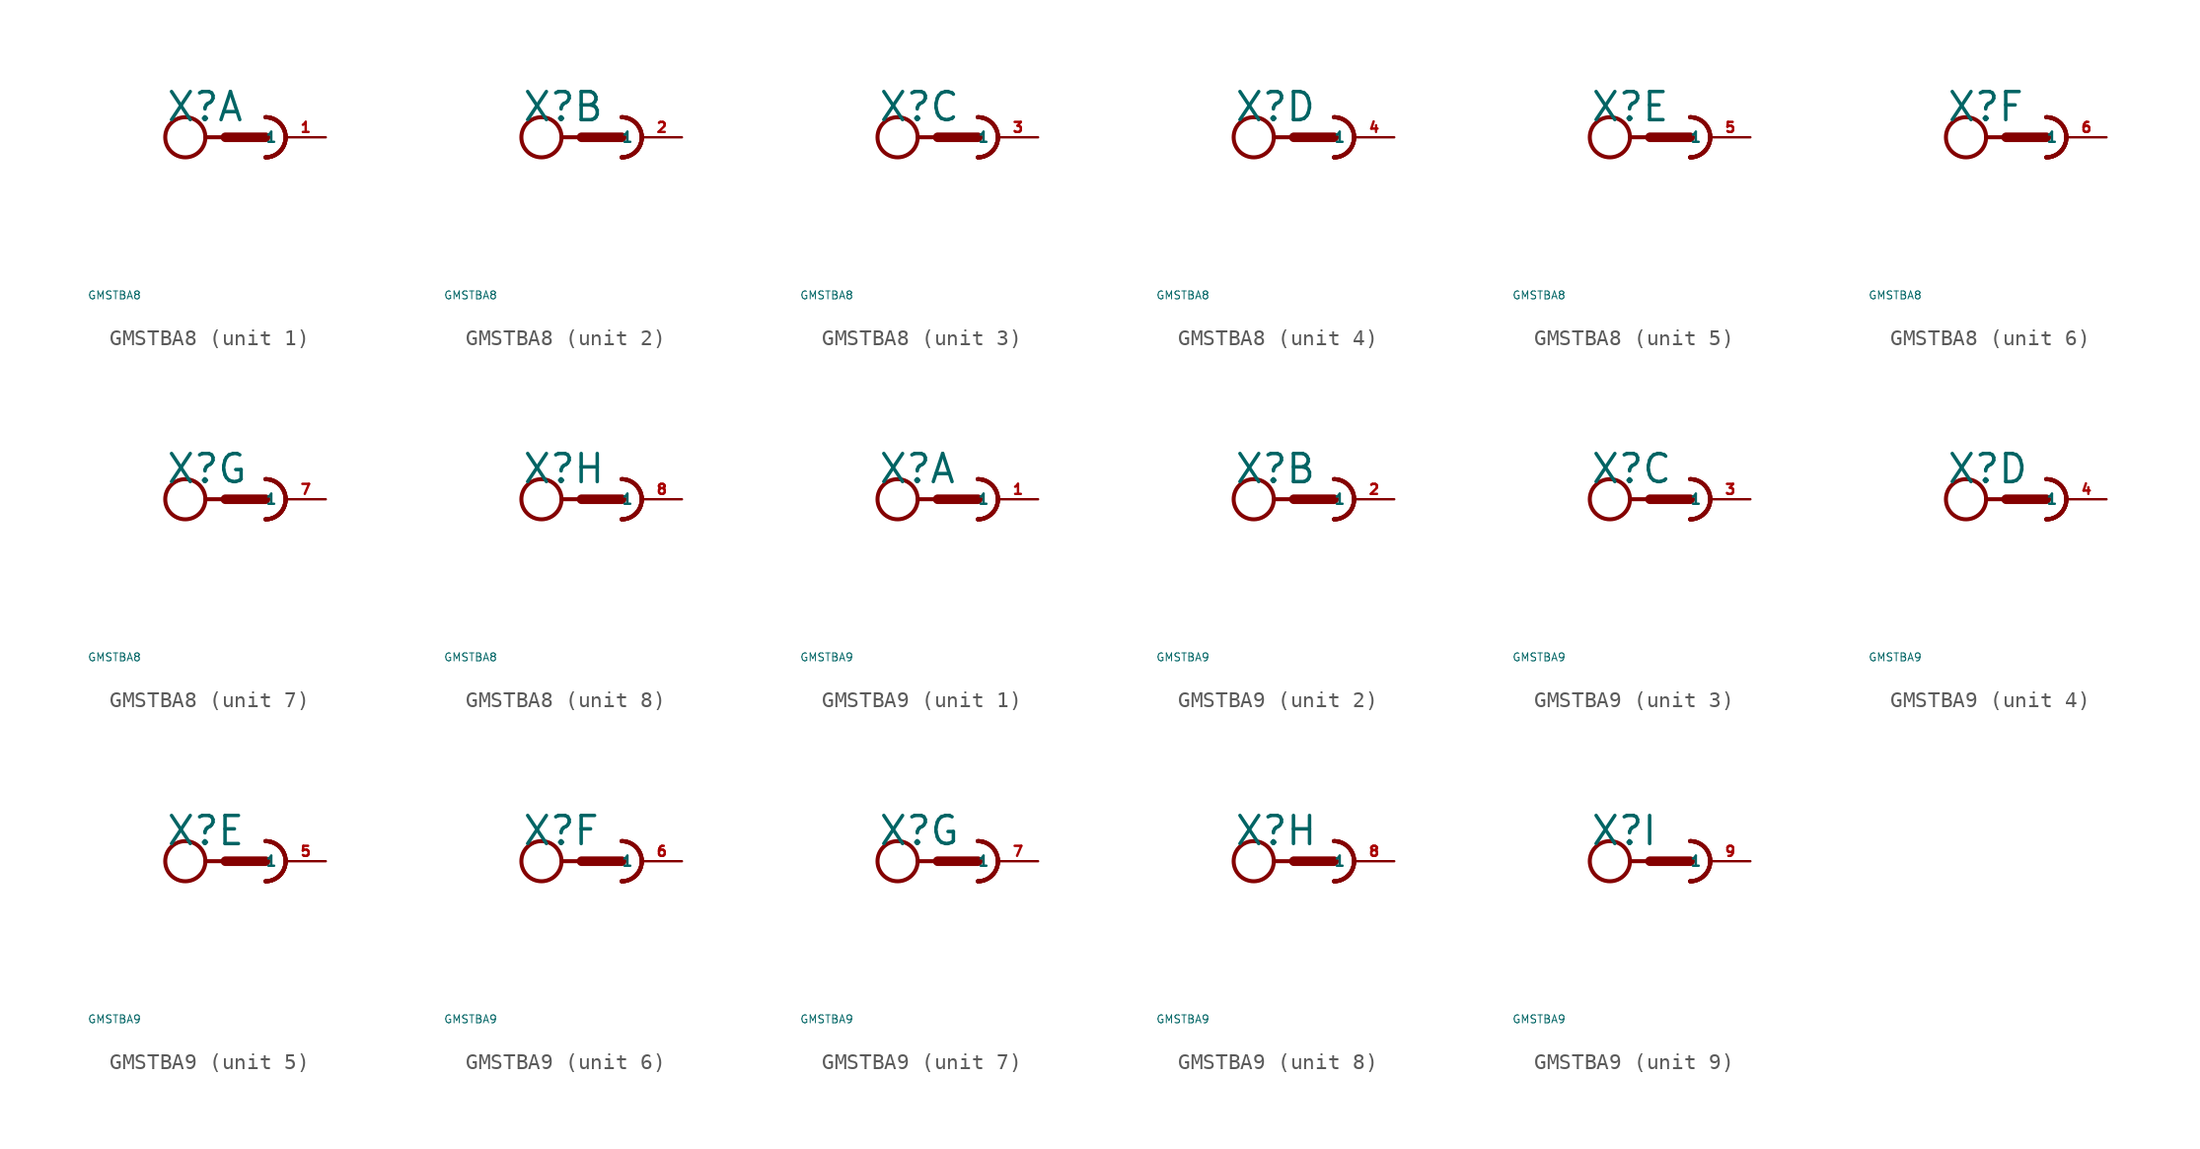
<source format=kicad_sym>
(kicad_symbol_lib
  (version 20220914)
  (generator Eagle2Kicad)
  (symbol "GMSTBA8"
    (property "Reference" "X"
      (at -5.08 0.889 0)
      (effects (font (size 1.778 1.778) (thickness 0.22)) (justify left bottom)))
    (property "Value" "GMSTBA8"
      (at -10 -10 0)
      (effects (font (size 0.5 0.5) (thickness 0.06)) (justify left)))
    (symbol "GMSTBA8_1_0"
      (arc (start 1.27 -1.27) (mid 2.540 0.000) (end 1.27 1.27) (stroke (width 0.254) (type default)) (fill (type none)))
      (arc (start 1.27 -1.27) (mid 2.540 0.000) (end 1.27 1.27) (stroke (width 0.254) (type default)) (fill (type none)))
      (arc (start 1.27 -1.27) (mid 2.540 0.000) (end 1.27 1.27) (stroke (width 0.254) (type default)) (fill (type none)))
      (polyline (pts (xy -2.54 0) (xy -1.27 0)) (stroke (width 0.254) (type default)) (fill (type none)))
      (polyline (pts (xy -1.27 0) (xy 1.27 0)) (stroke (width 0.61) (type default)) (fill (type none)))
      (arc (start 1.27 -1.27) (mid 2.540 0.000) (end 1.27 1.27) (stroke (width 0.254) (type default)) (fill (type none)))
      (circle (center -3.81 0) (radius 1.27) (stroke (width 0.254) (type default)) (fill (type none)))
      (pin passive line (at 5.08 0 180) (length 2.54) (name "1" (effects (font (size 0.635 0.635) (thickness 0.08)) (justify left bottom))) (number "1" (effects (font (size 0.635 0.635) (thickness 0.08)) (justify left bottom)))))
    (symbol "GMSTBA8_2_0"
      (arc (start 1.27 -1.27) (mid 2.540 0.000) (end 1.27 1.27) (stroke (width 0.254) (type default)) (fill (type none)))
      (arc (start 1.27 -1.27) (mid 2.540 0.000) (end 1.27 1.27) (stroke (width 0.254) (type default)) (fill (type none)))
      (arc (start 1.27 -1.27) (mid 2.540 0.000) (end 1.27 1.27) (stroke (width 0.254) (type default)) (fill (type none)))
      (polyline (pts (xy -2.54 0) (xy -1.27 0)) (stroke (width 0.254) (type default)) (fill (type none)))
      (polyline (pts (xy -1.27 0) (xy 1.27 0)) (stroke (width 0.61) (type default)) (fill (type none)))
      (arc (start 1.27 -1.27) (mid 2.540 0.000) (end 1.27 1.27) (stroke (width 0.254) (type default)) (fill (type none)))
      (circle (center -3.81 0) (radius 1.27) (stroke (width 0.254) (type default)) (fill (type none)))
      (pin passive line (at 5.08 0 180) (length 2.54) (name "1" (effects (font (size 0.635 0.635) (thickness 0.08)) (justify left bottom))) (number "2" (effects (font (size 0.635 0.635) (thickness 0.08)) (justify left bottom)))))
    (symbol "GMSTBA8_3_0"
      (arc (start 1.27 -1.27) (mid 2.540 0.000) (end 1.27 1.27) (stroke (width 0.254) (type default)) (fill (type none)))
      (arc (start 1.27 -1.27) (mid 2.540 0.000) (end 1.27 1.27) (stroke (width 0.254) (type default)) (fill (type none)))
      (arc (start 1.27 -1.27) (mid 2.540 0.000) (end 1.27 1.27) (stroke (width 0.254) (type default)) (fill (type none)))
      (polyline (pts (xy -2.54 0) (xy -1.27 0)) (stroke (width 0.254) (type default)) (fill (type none)))
      (polyline (pts (xy -1.27 0) (xy 1.27 0)) (stroke (width 0.61) (type default)) (fill (type none)))
      (arc (start 1.27 -1.27) (mid 2.540 0.000) (end 1.27 1.27) (stroke (width 0.254) (type default)) (fill (type none)))
      (circle (center -3.81 0) (radius 1.27) (stroke (width 0.254) (type default)) (fill (type none)))
      (pin passive line (at 5.08 0 180) (length 2.54) (name "1" (effects (font (size 0.635 0.635) (thickness 0.08)) (justify left bottom))) (number "3" (effects (font (size 0.635 0.635) (thickness 0.08)) (justify left bottom)))))
    (symbol "GMSTBA8_4_0"
      (arc (start 1.27 -1.27) (mid 2.540 0.000) (end 1.27 1.27) (stroke (width 0.254) (type default)) (fill (type none)))
      (arc (start 1.27 -1.27) (mid 2.540 0.000) (end 1.27 1.27) (stroke (width 0.254) (type default)) (fill (type none)))
      (arc (start 1.27 -1.27) (mid 2.540 0.000) (end 1.27 1.27) (stroke (width 0.254) (type default)) (fill (type none)))
      (polyline (pts (xy -2.54 0) (xy -1.27 0)) (stroke (width 0.254) (type default)) (fill (type none)))
      (polyline (pts (xy -1.27 0) (xy 1.27 0)) (stroke (width 0.61) (type default)) (fill (type none)))
      (arc (start 1.27 -1.27) (mid 2.540 0.000) (end 1.27 1.27) (stroke (width 0.254) (type default)) (fill (type none)))
      (circle (center -3.81 0) (radius 1.27) (stroke (width 0.254) (type default)) (fill (type none)))
      (pin passive line (at 5.08 0 180) (length 2.54) (name "1" (effects (font (size 0.635 0.635) (thickness 0.08)) (justify left bottom))) (number "4" (effects (font (size 0.635 0.635) (thickness 0.08)) (justify left bottom)))))
    (symbol "GMSTBA8_5_0"
      (arc (start 1.27 -1.27) (mid 2.540 0.000) (end 1.27 1.27) (stroke (width 0.254) (type default)) (fill (type none)))
      (arc (start 1.27 -1.27) (mid 2.540 0.000) (end 1.27 1.27) (stroke (width 0.254) (type default)) (fill (type none)))
      (arc (start 1.27 -1.27) (mid 2.540 0.000) (end 1.27 1.27) (stroke (width 0.254) (type default)) (fill (type none)))
      (polyline (pts (xy -2.54 0) (xy -1.27 0)) (stroke (width 0.254) (type default)) (fill (type none)))
      (polyline (pts (xy -1.27 0) (xy 1.27 0)) (stroke (width 0.61) (type default)) (fill (type none)))
      (arc (start 1.27 -1.27) (mid 2.540 0.000) (end 1.27 1.27) (stroke (width 0.254) (type default)) (fill (type none)))
      (circle (center -3.81 0) (radius 1.27) (stroke (width 0.254) (type default)) (fill (type none)))
      (pin passive line (at 5.08 0 180) (length 2.54) (name "1" (effects (font (size 0.635 0.635) (thickness 0.08)) (justify left bottom))) (number "5" (effects (font (size 0.635 0.635) (thickness 0.08)) (justify left bottom)))))
    (symbol "GMSTBA8_6_0"
      (arc (start 1.27 -1.27) (mid 2.540 0.000) (end 1.27 1.27) (stroke (width 0.254) (type default)) (fill (type none)))
      (arc (start 1.27 -1.27) (mid 2.540 0.000) (end 1.27 1.27) (stroke (width 0.254) (type default)) (fill (type none)))
      (arc (start 1.27 -1.27) (mid 2.540 0.000) (end 1.27 1.27) (stroke (width 0.254) (type default)) (fill (type none)))
      (polyline (pts (xy -2.54 0) (xy -1.27 0)) (stroke (width 0.254) (type default)) (fill (type none)))
      (polyline (pts (xy -1.27 0) (xy 1.27 0)) (stroke (width 0.61) (type default)) (fill (type none)))
      (arc (start 1.27 -1.27) (mid 2.540 0.000) (end 1.27 1.27) (stroke (width 0.254) (type default)) (fill (type none)))
      (circle (center -3.81 0) (radius 1.27) (stroke (width 0.254) (type default)) (fill (type none)))
      (pin passive line (at 5.08 0 180) (length 2.54) (name "1" (effects (font (size 0.635 0.635) (thickness 0.08)) (justify left bottom))) (number "6" (effects (font (size 0.635 0.635) (thickness 0.08)) (justify left bottom)))))
    (symbol "GMSTBA8_7_0"
      (arc (start 1.27 -1.27) (mid 2.540 0.000) (end 1.27 1.27) (stroke (width 0.254) (type default)) (fill (type none)))
      (arc (start 1.27 -1.27) (mid 2.540 0.000) (end 1.27 1.27) (stroke (width 0.254) (type default)) (fill (type none)))
      (arc (start 1.27 -1.27) (mid 2.540 0.000) (end 1.27 1.27) (stroke (width 0.254) (type default)) (fill (type none)))
      (polyline (pts (xy -2.54 0) (xy -1.27 0)) (stroke (width 0.254) (type default)) (fill (type none)))
      (polyline (pts (xy -1.27 0) (xy 1.27 0)) (stroke (width 0.61) (type default)) (fill (type none)))
      (arc (start 1.27 -1.27) (mid 2.540 0.000) (end 1.27 1.27) (stroke (width 0.254) (type default)) (fill (type none)))
      (circle (center -3.81 0) (radius 1.27) (stroke (width 0.254) (type default)) (fill (type none)))
      (pin passive line (at 5.08 0 180) (length 2.54) (name "1" (effects (font (size 0.635 0.635) (thickness 0.08)) (justify left bottom))) (number "7" (effects (font (size 0.635 0.635) (thickness 0.08)) (justify left bottom)))))
    (symbol "GMSTBA8_8_0"
      (arc (start 1.27 -1.27) (mid 2.540 0.000) (end 1.27 1.27) (stroke (width 0.254) (type default)) (fill (type none)))
      (arc (start 1.27 -1.27) (mid 2.540 0.000) (end 1.27 1.27) (stroke (width 0.254) (type default)) (fill (type none)))
      (arc (start 1.27 -1.27) (mid 2.540 0.000) (end 1.27 1.27) (stroke (width 0.254) (type default)) (fill (type none)))
      (polyline (pts (xy -2.54 0) (xy -1.27 0)) (stroke (width 0.254) (type default)) (fill (type none)))
      (polyline (pts (xy -1.27 0) (xy 1.27 0)) (stroke (width 0.61) (type default)) (fill (type none)))
      (arc (start 1.27 -1.27) (mid 2.540 0.000) (end 1.27 1.27) (stroke (width 0.254) (type default)) (fill (type none)))
      (circle (center -3.81 0) (radius 1.27) (stroke (width 0.254) (type default)) (fill (type none)))
      (pin passive line (at 5.08 0 180) (length 2.54) (name "1" (effects (font (size 0.635 0.635) (thickness 0.08)) (justify left bottom))) (number "8" (effects (font (size 0.635 0.635) (thickness 0.08)) (justify left bottom))))))
  (symbol "GMSTBA9"
    (property "Reference" "X"
      (at -5.08 0.889 0)
      (effects (font (size 1.778 1.778) (thickness 0.22)) (justify left bottom)))
    (property "Value" "GMSTBA9"
      (at -10 -10 0)
      (effects (font (size 0.5 0.5) (thickness 0.06)) (justify left)))
    (symbol "GMSTBA9_1_0"
      (arc (start 1.27 -1.27) (mid 2.540 0.000) (end 1.27 1.27) (stroke (width 0.254) (type default)) (fill (type none)))
      (arc (start 1.27 -1.27) (mid 2.540 0.000) (end 1.27 1.27) (stroke (width 0.254) (type default)) (fill (type none)))
      (arc (start 1.27 -1.27) (mid 2.540 0.000) (end 1.27 1.27) (stroke (width 0.254) (type default)) (fill (type none)))
      (polyline (pts (xy -2.54 0) (xy -1.27 0)) (stroke (width 0.254) (type default)) (fill (type none)))
      (polyline (pts (xy -1.27 0) (xy 1.27 0)) (stroke (width 0.61) (type default)) (fill (type none)))
      (arc (start 1.27 -1.27) (mid 2.540 0.000) (end 1.27 1.27) (stroke (width 0.254) (type default)) (fill (type none)))
      (circle (center -3.81 0) (radius 1.27) (stroke (width 0.254) (type default)) (fill (type none)))
      (pin passive line (at 5.08 0 180) (length 2.54) (name "1" (effects (font (size 0.635 0.635) (thickness 0.08)) (justify left bottom))) (number "1" (effects (font (size 0.635 0.635) (thickness 0.08)) (justify left bottom)))))
    (symbol "GMSTBA9_2_0"
      (arc (start 1.27 -1.27) (mid 2.540 0.000) (end 1.27 1.27) (stroke (width 0.254) (type default)) (fill (type none)))
      (arc (start 1.27 -1.27) (mid 2.540 0.000) (end 1.27 1.27) (stroke (width 0.254) (type default)) (fill (type none)))
      (arc (start 1.27 -1.27) (mid 2.540 0.000) (end 1.27 1.27) (stroke (width 0.254) (type default)) (fill (type none)))
      (polyline (pts (xy -2.54 0) (xy -1.27 0)) (stroke (width 0.254) (type default)) (fill (type none)))
      (polyline (pts (xy -1.27 0) (xy 1.27 0)) (stroke (width 0.61) (type default)) (fill (type none)))
      (arc (start 1.27 -1.27) (mid 2.540 0.000) (end 1.27 1.27) (stroke (width 0.254) (type default)) (fill (type none)))
      (circle (center -3.81 0) (radius 1.27) (stroke (width 0.254) (type default)) (fill (type none)))
      (pin passive line (at 5.08 0 180) (length 2.54) (name "1" (effects (font (size 0.635 0.635) (thickness 0.08)) (justify left bottom))) (number "2" (effects (font (size 0.635 0.635) (thickness 0.08)) (justify left bottom)))))
    (symbol "GMSTBA9_3_0"
      (arc (start 1.27 -1.27) (mid 2.540 0.000) (end 1.27 1.27) (stroke (width 0.254) (type default)) (fill (type none)))
      (arc (start 1.27 -1.27) (mid 2.540 0.000) (end 1.27 1.27) (stroke (width 0.254) (type default)) (fill (type none)))
      (arc (start 1.27 -1.27) (mid 2.540 0.000) (end 1.27 1.27) (stroke (width 0.254) (type default)) (fill (type none)))
      (polyline (pts (xy -2.54 0) (xy -1.27 0)) (stroke (width 0.254) (type default)) (fill (type none)))
      (polyline (pts (xy -1.27 0) (xy 1.27 0)) (stroke (width 0.61) (type default)) (fill (type none)))
      (arc (start 1.27 -1.27) (mid 2.540 0.000) (end 1.27 1.27) (stroke (width 0.254) (type default)) (fill (type none)))
      (circle (center -3.81 0) (radius 1.27) (stroke (width 0.254) (type default)) (fill (type none)))
      (pin passive line (at 5.08 0 180) (length 2.54) (name "1" (effects (font (size 0.635 0.635) (thickness 0.08)) (justify left bottom))) (number "3" (effects (font (size 0.635 0.635) (thickness 0.08)) (justify left bottom)))))
    (symbol "GMSTBA9_4_0"
      (arc (start 1.27 -1.27) (mid 2.540 0.000) (end 1.27 1.27) (stroke (width 0.254) (type default)) (fill (type none)))
      (arc (start 1.27 -1.27) (mid 2.540 0.000) (end 1.27 1.27) (stroke (width 0.254) (type default)) (fill (type none)))
      (arc (start 1.27 -1.27) (mid 2.540 0.000) (end 1.27 1.27) (stroke (width 0.254) (type default)) (fill (type none)))
      (polyline (pts (xy -2.54 0) (xy -1.27 0)) (stroke (width 0.254) (type default)) (fill (type none)))
      (polyline (pts (xy -1.27 0) (xy 1.27 0)) (stroke (width 0.61) (type default)) (fill (type none)))
      (arc (start 1.27 -1.27) (mid 2.540 0.000) (end 1.27 1.27) (stroke (width 0.254) (type default)) (fill (type none)))
      (circle (center -3.81 0) (radius 1.27) (stroke (width 0.254) (type default)) (fill (type none)))
      (pin passive line (at 5.08 0 180) (length 2.54) (name "1" (effects (font (size 0.635 0.635) (thickness 0.08)) (justify left bottom))) (number "4" (effects (font (size 0.635 0.635) (thickness 0.08)) (justify left bottom)))))
    (symbol "GMSTBA9_5_0"
      (arc (start 1.27 -1.27) (mid 2.540 0.000) (end 1.27 1.27) (stroke (width 0.254) (type default)) (fill (type none)))
      (arc (start 1.27 -1.27) (mid 2.540 0.000) (end 1.27 1.27) (stroke (width 0.254) (type default)) (fill (type none)))
      (arc (start 1.27 -1.27) (mid 2.540 0.000) (end 1.27 1.27) (stroke (width 0.254) (type default)) (fill (type none)))
      (polyline (pts (xy -2.54 0) (xy -1.27 0)) (stroke (width 0.254) (type default)) (fill (type none)))
      (polyline (pts (xy -1.27 0) (xy 1.27 0)) (stroke (width 0.61) (type default)) (fill (type none)))
      (arc (start 1.27 -1.27) (mid 2.540 0.000) (end 1.27 1.27) (stroke (width 0.254) (type default)) (fill (type none)))
      (circle (center -3.81 0) (radius 1.27) (stroke (width 0.254) (type default)) (fill (type none)))
      (pin passive line (at 5.08 0 180) (length 2.54) (name "1" (effects (font (size 0.635 0.635) (thickness 0.08)) (justify left bottom))) (number "5" (effects (font (size 0.635 0.635) (thickness 0.08)) (justify left bottom)))))
    (symbol "GMSTBA9_6_0"
      (arc (start 1.27 -1.27) (mid 2.540 0.000) (end 1.27 1.27) (stroke (width 0.254) (type default)) (fill (type none)))
      (arc (start 1.27 -1.27) (mid 2.540 0.000) (end 1.27 1.27) (stroke (width 0.254) (type default)) (fill (type none)))
      (arc (start 1.27 -1.27) (mid 2.540 0.000) (end 1.27 1.27) (stroke (width 0.254) (type default)) (fill (type none)))
      (polyline (pts (xy -2.54 0) (xy -1.27 0)) (stroke (width 0.254) (type default)) (fill (type none)))
      (polyline (pts (xy -1.27 0) (xy 1.27 0)) (stroke (width 0.61) (type default)) (fill (type none)))
      (arc (start 1.27 -1.27) (mid 2.540 0.000) (end 1.27 1.27) (stroke (width 0.254) (type default)) (fill (type none)))
      (circle (center -3.81 0) (radius 1.27) (stroke (width 0.254) (type default)) (fill (type none)))
      (pin passive line (at 5.08 0 180) (length 2.54) (name "1" (effects (font (size 0.635 0.635) (thickness 0.08)) (justify left bottom))) (number "6" (effects (font (size 0.635 0.635) (thickness 0.08)) (justify left bottom)))))
    (symbol "GMSTBA9_7_0"
      (arc (start 1.27 -1.27) (mid 2.540 0.000) (end 1.27 1.27) (stroke (width 0.254) (type default)) (fill (type none)))
      (arc (start 1.27 -1.27) (mid 2.540 0.000) (end 1.27 1.27) (stroke (width 0.254) (type default)) (fill (type none)))
      (arc (start 1.27 -1.27) (mid 2.540 0.000) (end 1.27 1.27) (stroke (width 0.254) (type default)) (fill (type none)))
      (polyline (pts (xy -2.54 0) (xy -1.27 0)) (stroke (width 0.254) (type default)) (fill (type none)))
      (polyline (pts (xy -1.27 0) (xy 1.27 0)) (stroke (width 0.61) (type default)) (fill (type none)))
      (arc (start 1.27 -1.27) (mid 2.540 0.000) (end 1.27 1.27) (stroke (width 0.254) (type default)) (fill (type none)))
      (circle (center -3.81 0) (radius 1.27) (stroke (width 0.254) (type default)) (fill (type none)))
      (pin passive line (at 5.08 0 180) (length 2.54) (name "1" (effects (font (size 0.635 0.635) (thickness 0.08)) (justify left bottom))) (number "7" (effects (font (size 0.635 0.635) (thickness 0.08)) (justify left bottom)))))
    (symbol "GMSTBA9_8_0"
      (arc (start 1.27 -1.27) (mid 2.540 0.000) (end 1.27 1.27) (stroke (width 0.254) (type default)) (fill (type none)))
      (arc (start 1.27 -1.27) (mid 2.540 0.000) (end 1.27 1.27) (stroke (width 0.254) (type default)) (fill (type none)))
      (arc (start 1.27 -1.27) (mid 2.540 0.000) (end 1.27 1.27) (stroke (width 0.254) (type default)) (fill (type none)))
      (polyline (pts (xy -2.54 0) (xy -1.27 0)) (stroke (width 0.254) (type default)) (fill (type none)))
      (polyline (pts (xy -1.27 0) (xy 1.27 0)) (stroke (width 0.61) (type default)) (fill (type none)))
      (arc (start 1.27 -1.27) (mid 2.540 0.000) (end 1.27 1.27) (stroke (width 0.254) (type default)) (fill (type none)))
      (circle (center -3.81 0) (radius 1.27) (stroke (width 0.254) (type default)) (fill (type none)))
      (pin passive line (at 5.08 0 180) (length 2.54) (name "1" (effects (font (size 0.635 0.635) (thickness 0.08)) (justify left bottom))) (number "8" (effects (font (size 0.635 0.635) (thickness 0.08)) (justify left bottom)))))
    (symbol "GMSTBA9_9_0"
      (arc (start 1.27 -1.27) (mid 2.540 0.000) (end 1.27 1.27) (stroke (width 0.254) (type default)) (fill (type none)))
      (arc (start 1.27 -1.27) (mid 2.540 0.000) (end 1.27 1.27) (stroke (width 0.254) (type default)) (fill (type none)))
      (arc (start 1.27 -1.27) (mid 2.540 0.000) (end 1.27 1.27) (stroke (width 0.254) (type default)) (fill (type none)))
      (polyline (pts (xy -2.54 0) (xy -1.27 0)) (stroke (width 0.254) (type default)) (fill (type none)))
      (polyline (pts (xy -1.27 0) (xy 1.27 0)) (stroke (width 0.61) (type default)) (fill (type none)))
      (arc (start 1.27 -1.27) (mid 2.540 0.000) (end 1.27 1.27) (stroke (width 0.254) (type default)) (fill (type none)))
      (circle (center -3.81 0) (radius 1.27) (stroke (width 0.254) (type default)) (fill (type none)))
      (pin passive line (at 5.08 0 180) (length 2.54) (name "1" (effects (font (size 0.635 0.635) (thickness 0.08)) (justify left bottom))) (number "9" (effects (font (size 0.635 0.635) (thickness 0.08)) (justify left bottom)))))))
</source>
